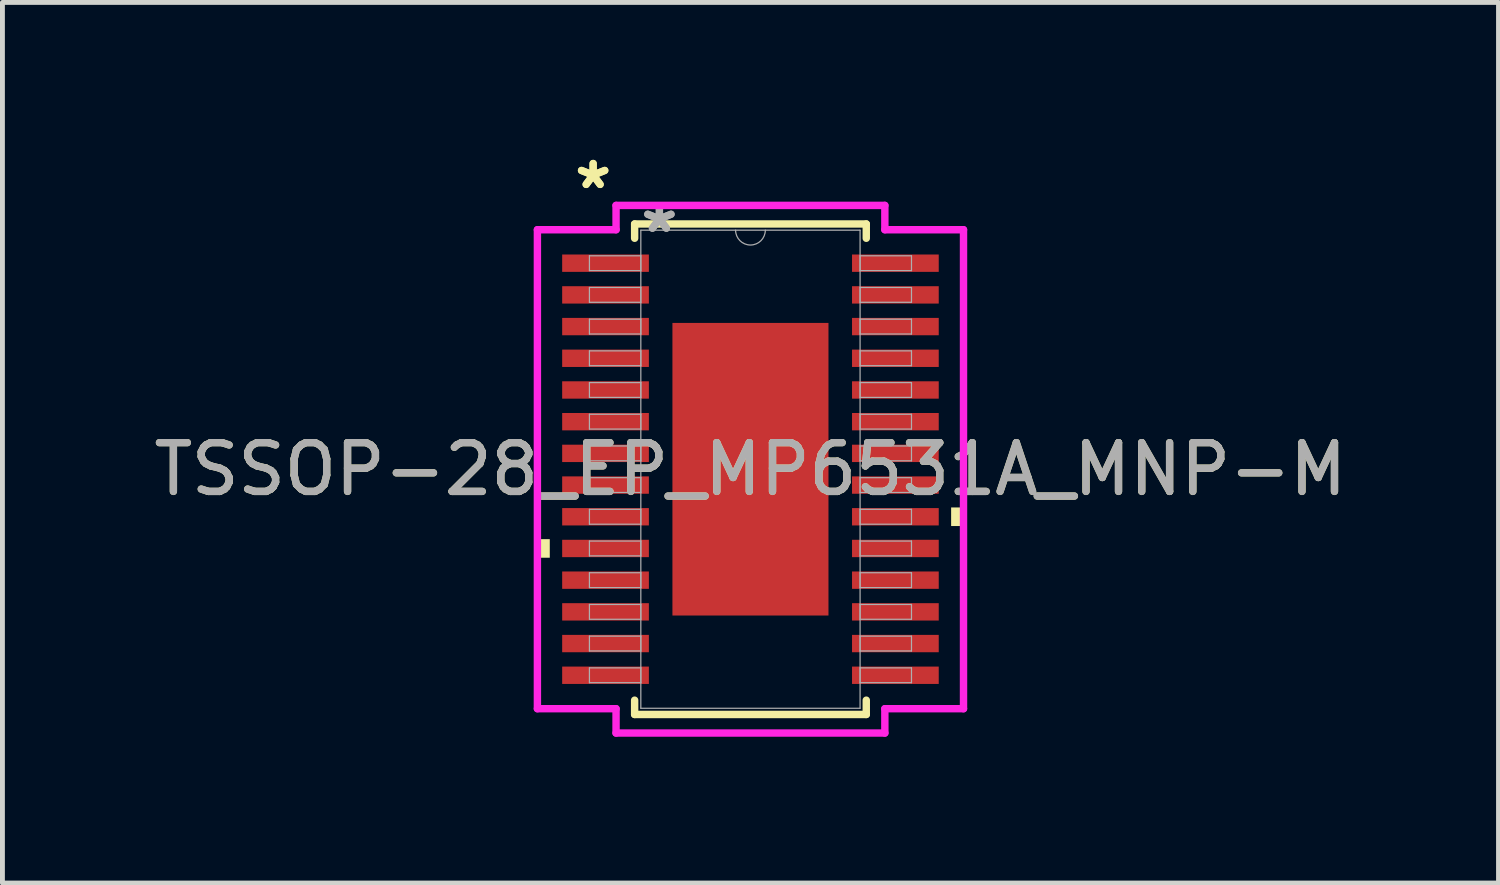
<source format=kicad_pcb>
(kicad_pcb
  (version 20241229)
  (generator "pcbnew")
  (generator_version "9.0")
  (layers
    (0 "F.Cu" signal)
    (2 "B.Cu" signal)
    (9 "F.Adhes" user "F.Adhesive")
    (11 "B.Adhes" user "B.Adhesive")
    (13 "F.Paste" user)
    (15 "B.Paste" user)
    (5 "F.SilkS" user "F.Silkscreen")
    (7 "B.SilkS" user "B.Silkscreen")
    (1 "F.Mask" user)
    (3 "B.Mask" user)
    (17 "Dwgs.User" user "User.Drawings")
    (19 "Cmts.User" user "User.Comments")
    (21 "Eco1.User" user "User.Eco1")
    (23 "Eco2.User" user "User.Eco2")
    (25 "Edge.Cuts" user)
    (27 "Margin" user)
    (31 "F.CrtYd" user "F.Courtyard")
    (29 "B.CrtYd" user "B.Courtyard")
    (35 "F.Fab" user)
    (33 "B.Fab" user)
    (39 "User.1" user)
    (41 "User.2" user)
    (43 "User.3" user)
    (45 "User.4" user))
  (footprint "TSSOP-28_EP_MP6531A_MNP-M"
    (layer "F.Cu")
    (at 12.339 6.572)
    (property "Reference" "TSSOP-28_EP_MP6531A_MNP-M" (at 0 0 0) (unlocked yes) (layer "F.SilkS") (effects (font (size 1 1) (thickness 0.15))))
    (attr smd)
    (fp_line (start -2.375 -5.029) (end -2.375 -4.736) (stroke (width 0.152) (type solid)) (layer "F.SilkS"))
    (fp_line (start -2.375 4.736) (end -2.375 5.029) (stroke (width 0.152) (type solid)) (layer "F.SilkS"))
    (fp_line (start -2.375 5.029) (end 2.375 5.029) (stroke (width 0.152) (type solid)) (layer "F.SilkS"))
    (fp_line (start 2.375 -5.029) (end -2.375 -5.029) (stroke (width 0.152) (type solid)) (layer "F.SilkS"))
    (fp_line (start 2.375 -4.736) (end 2.375 -5.029) (stroke (width 0.152) (type solid)) (layer "F.SilkS"))
    (fp_line (start 2.375 5.029) (end 2.375 4.736) (stroke (width 0.152) (type solid)) (layer "F.SilkS"))
    (fp_poly (pts (xy -4.369 1.434) (xy -4.369 1.815) (xy -4.115 1.815) (xy -4.115 1.434)) (stroke (width 0) (type solid)) (fill yes) (layer "F.SilkS"))
    (fp_poly (pts (xy 4.369 0.784) (xy 4.369 1.165) (xy 4.115 1.165) (xy 4.115 0.784)) (stroke (width 0) (type solid)) (fill yes) (layer "F.SilkS"))
    (fp_poly (pts (xy -1.5 -2.9) (xy -1.5 -1.6) (xy -0.1 -1.6) (xy -0.1 -2.9)) (stroke (width 0) (type solid)) (fill yes) (layer "F.Paste"))
    (fp_poly (pts (xy -1.5 -1.4) (xy -1.5 -0.1) (xy -0.1 -0.1) (xy -0.1 -1.4)) (stroke (width 0) (type solid)) (fill yes) (layer "F.Paste"))
    (fp_poly (pts (xy -1.5 0.1) (xy -1.5 1.4) (xy -0.1 1.4) (xy -0.1 0.1)) (stroke (width 0) (type solid)) (fill yes) (layer "F.Paste"))
    (fp_poly (pts (xy -1.5 1.6) (xy -1.5 2.9) (xy -0.1 2.9) (xy -0.1 1.6)) (stroke (width 0) (type solid)) (fill yes) (layer "F.Paste"))
    (fp_poly (pts (xy 0.1 -2.9) (xy 0.1 -1.6) (xy 1.5 -1.6) (xy 1.5 -2.9)) (stroke (width 0) (type solid)) (fill yes) (layer "F.Paste"))
    (fp_poly (pts (xy 0.1 -1.4) (xy 0.1 -0.1) (xy 1.5 -0.1) (xy 1.5 -1.4)) (stroke (width 0) (type solid)) (fill yes) (layer "F.Paste"))
    (fp_poly (pts (xy 0.1 0.1) (xy 0.1 1.4) (xy 1.5 1.4) (xy 1.5 0.1)) (stroke (width 0) (type solid)) (fill yes) (layer "F.Paste"))
    (fp_poly (pts (xy 0.1 1.6) (xy 0.1 2.9) (xy 1.5 2.9) (xy 1.5 1.6)) (stroke (width 0) (type solid)) (fill yes) (layer "F.Paste"))
    (fp_line (start -4.369 -4.911) (end -2.756 -4.911) (stroke (width 0.152) (type solid)) (layer "F.CrtYd"))
    (fp_line (start -4.369 4.911) (end -4.369 -4.911) (stroke (width 0.152) (type solid)) (layer "F.CrtYd"))
    (fp_line (start -4.369 4.911) (end -2.756 4.911) (stroke (width 0.152) (type solid)) (layer "F.CrtYd"))
    (fp_line (start -2.756 -5.41) (end 2.756 -5.41) (stroke (width 0.152) (type solid)) (layer "F.CrtYd"))
    (fp_line (start -2.756 -4.911) (end -2.756 -5.41) (stroke (width 0.152) (type solid)) (layer "F.CrtYd"))
    (fp_line (start -2.756 5.41) (end -2.756 4.911) (stroke (width 0.152) (type solid)) (layer "F.CrtYd"))
    (fp_line (start 2.756 -5.41) (end 2.756 -4.911) (stroke (width 0.152) (type solid)) (layer "F.CrtYd"))
    (fp_line (start 2.756 4.911) (end 2.756 5.41) (stroke (width 0.152) (type solid)) (layer "F.CrtYd"))
    (fp_line (start 2.756 5.41) (end -2.756 5.41) (stroke (width 0.152) (type solid)) (layer "F.CrtYd"))
    (fp_line (start 4.369 -4.911) (end 2.756 -4.911) (stroke (width 0.152) (type solid)) (layer "F.CrtYd"))
    (fp_line (start 4.369 -4.911) (end 4.369 4.911) (stroke (width 0.152) (type solid)) (layer "F.CrtYd"))
    (fp_line (start 4.369 4.911) (end 2.756 4.911) (stroke (width 0.152) (type solid)) (layer "F.CrtYd"))
    (fp_line (start -3.302 -4.377) (end -3.302 -4.073) (stroke (width 0.025) (type solid)) (layer "F.Fab"))
    (fp_line (start -3.302 -4.073) (end -2.248 -4.073) (stroke (width 0.025) (type solid)) (layer "F.Fab"))
    (fp_line (start -3.302 -3.727) (end -3.302 -3.423) (stroke (width 0.025) (type solid)) (layer "F.Fab"))
    (fp_line (start -3.302 -3.423) (end -2.248 -3.423) (stroke (width 0.025) (type solid)) (layer "F.Fab"))
    (fp_line (start -3.302 -3.077) (end -3.302 -2.773) (stroke (width 0.025) (type solid)) (layer "F.Fab"))
    (fp_line (start -3.302 -2.773) (end -2.248 -2.773) (stroke (width 0.025) (type solid)) (layer "F.Fab"))
    (fp_line (start -3.302 -2.427) (end -3.302 -2.123) (stroke (width 0.025) (type solid)) (layer "F.Fab"))
    (fp_line (start -3.302 -2.123) (end -2.248 -2.123) (stroke (width 0.025) (type solid)) (layer "F.Fab"))
    (fp_line (start -3.302 -1.777) (end -3.302 -1.473) (stroke (width 0.025) (type solid)) (layer "F.Fab"))
    (fp_line (start -3.302 -1.473) (end -2.248 -1.473) (stroke (width 0.025) (type solid)) (layer "F.Fab"))
    (fp_line (start -3.302 -1.127) (end -3.302 -0.823) (stroke (width 0.025) (type solid)) (layer "F.Fab"))
    (fp_line (start -3.302 -0.823) (end -2.248 -0.823) (stroke (width 0.025) (type solid)) (layer "F.Fab"))
    (fp_line (start -3.302 -0.477) (end -3.302 -0.173) (stroke (width 0.025) (type solid)) (layer "F.Fab"))
    (fp_line (start -3.302 -0.173) (end -2.248 -0.173) (stroke (width 0.025) (type solid)) (layer "F.Fab"))
    (fp_line (start -3.302 0.173) (end -3.302 0.477) (stroke (width 0.025) (type solid)) (layer "F.Fab"))
    (fp_line (start -3.302 0.477) (end -2.248 0.477) (stroke (width 0.025) (type solid)) (layer "F.Fab"))
    (fp_line (start -3.302 0.823) (end -3.302 1.127) (stroke (width 0.025) (type solid)) (layer "F.Fab"))
    (fp_line (start -3.302 1.127) (end -2.248 1.127) (stroke (width 0.025) (type solid)) (layer "F.Fab"))
    (fp_line (start -3.302 1.473) (end -3.302 1.777) (stroke (width 0.025) (type solid)) (layer "F.Fab"))
    (fp_line (start -3.302 1.777) (end -2.248 1.777) (stroke (width 0.025) (type solid)) (layer "F.Fab"))
    (fp_line (start -3.302 2.123) (end -3.302 2.427) (stroke (width 0.025) (type solid)) (layer "F.Fab"))
    (fp_line (start -3.302 2.427) (end -2.248 2.427) (stroke (width 0.025) (type solid)) (layer "F.Fab"))
    (fp_line (start -3.302 2.773) (end -3.302 3.077) (stroke (width 0.025) (type solid)) (layer "F.Fab"))
    (fp_line (start -3.302 3.077) (end -2.248 3.077) (stroke (width 0.025) (type solid)) (layer "F.Fab"))
    (fp_line (start -3.302 3.423) (end -3.302 3.727) (stroke (width 0.025) (type solid)) (layer "F.Fab"))
    (fp_line (start -3.302 3.727) (end -2.248 3.727) (stroke (width 0.025) (type solid)) (layer "F.Fab"))
    (fp_line (start -3.302 4.073) (end -3.302 4.377) (stroke (width 0.025) (type solid)) (layer "F.Fab"))
    (fp_line (start -3.302 4.377) (end -2.248 4.377) (stroke (width 0.025) (type solid)) (layer "F.Fab"))
    (fp_line (start -2.248 -4.902) (end -2.248 4.902) (stroke (width 0.025) (type solid)) (layer "F.Fab"))
    (fp_line (start -2.248 -4.377) (end -3.302 -4.377) (stroke (width 0.025) (type solid)) (layer "F.Fab"))
    (fp_line (start -2.248 -4.073) (end -2.248 -4.377) (stroke (width 0.025) (type solid)) (layer "F.Fab"))
    (fp_line (start -2.248 -3.727) (end -3.302 -3.727) (stroke (width 0.025) (type solid)) (layer "F.Fab"))
    (fp_line (start -2.248 -3.423) (end -2.248 -3.727) (stroke (width 0.025) (type solid)) (layer "F.Fab"))
    (fp_line (start -2.248 -3.077) (end -3.302 -3.077) (stroke (width 0.025) (type solid)) (layer "F.Fab"))
    (fp_line (start -2.248 -2.773) (end -2.248 -3.077) (stroke (width 0.025) (type solid)) (layer "F.Fab"))
    (fp_line (start -2.248 -2.427) (end -3.302 -2.427) (stroke (width 0.025) (type solid)) (layer "F.Fab"))
    (fp_line (start -2.248 -2.123) (end -2.248 -2.427) (stroke (width 0.025) (type solid)) (layer "F.Fab"))
    (fp_line (start -2.248 -1.777) (end -3.302 -1.777) (stroke (width 0.025) (type solid)) (layer "F.Fab"))
    (fp_line (start -2.248 -1.473) (end -2.248 -1.777) (stroke (width 0.025) (type solid)) (layer "F.Fab"))
    (fp_line (start -2.248 -1.127) (end -3.302 -1.127) (stroke (width 0.025) (type solid)) (layer "F.Fab"))
    (fp_line (start -2.248 -0.823) (end -2.248 -1.127) (stroke (width 0.025) (type solid)) (layer "F.Fab"))
    (fp_line (start -2.248 -0.477) (end -3.302 -0.477) (stroke (width 0.025) (type solid)) (layer "F.Fab"))
    (fp_line (start -2.248 -0.173) (end -2.248 -0.477) (stroke (width 0.025) (type solid)) (layer "F.Fab"))
    (fp_line (start -2.248 0.173) (end -3.302 0.173) (stroke (width 0.025) (type solid)) (layer "F.Fab"))
    (fp_line (start -2.248 0.477) (end -2.248 0.173) (stroke (width 0.025) (type solid)) (layer "F.Fab"))
    (fp_line (start -2.248 0.823) (end -3.302 0.823) (stroke (width 0.025) (type solid)) (layer "F.Fab"))
    (fp_line (start -2.248 1.127) (end -2.248 0.823) (stroke (width 0.025) (type solid)) (layer "F.Fab"))
    (fp_line (start -2.248 1.473) (end -3.302 1.473) (stroke (width 0.025) (type solid)) (layer "F.Fab"))
    (fp_line (start -2.248 1.777) (end -2.248 1.473) (stroke (width 0.025) (type solid)) (layer "F.Fab"))
    (fp_line (start -2.248 2.123) (end -3.302 2.123) (stroke (width 0.025) (type solid)) (layer "F.Fab"))
    (fp_line (start -2.248 2.427) (end -2.248 2.123) (stroke (width 0.025) (type solid)) (layer "F.Fab"))
    (fp_line (start -2.248 2.773) (end -3.302 2.773) (stroke (width 0.025) (type solid)) (layer "F.Fab"))
    (fp_line (start -2.248 3.077) (end -2.248 2.773) (stroke (width 0.025) (type solid)) (layer "F.Fab"))
    (fp_line (start -2.248 3.423) (end -3.302 3.423) (stroke (width 0.025) (type solid)) (layer "F.Fab"))
    (fp_line (start -2.248 3.727) (end -2.248 3.423) (stroke (width 0.025) (type solid)) (layer "F.Fab"))
    (fp_line (start -2.248 4.073) (end -3.302 4.073) (stroke (width 0.025) (type solid)) (layer "F.Fab"))
    (fp_line (start -2.248 4.377) (end -2.248 4.073) (stroke (width 0.025) (type solid)) (layer "F.Fab"))
    (fp_line (start -2.248 4.902) (end 2.248 4.902) (stroke (width 0.025) (type solid)) (layer "F.Fab"))
    (fp_line (start 2.248 -4.902) (end -2.248 -4.902) (stroke (width 0.025) (type solid)) (layer "F.Fab"))
    (fp_line (start 2.248 -4.377) (end 2.248 -4.073) (stroke (width 0.025) (type solid)) (layer "F.Fab"))
    (fp_line (start 2.248 -4.073) (end 3.302 -4.073) (stroke (width 0.025) (type solid)) (layer "F.Fab"))
    (fp_line (start 2.248 -3.727) (end 2.248 -3.423) (stroke (width 0.025) (type solid)) (layer "F.Fab"))
    (fp_line (start 2.248 -3.423) (end 3.302 -3.423) (stroke (width 0.025) (type solid)) (layer "F.Fab"))
    (fp_line (start 2.248 -3.077) (end 2.248 -2.773) (stroke (width 0.025) (type solid)) (layer "F.Fab"))
    (fp_line (start 2.248 -2.773) (end 3.302 -2.773) (stroke (width 0.025) (type solid)) (layer "F.Fab"))
    (fp_line (start 2.248 -2.427) (end 2.248 -2.123) (stroke (width 0.025) (type solid)) (layer "F.Fab"))
    (fp_line (start 2.248 -2.123) (end 3.302 -2.123) (stroke (width 0.025) (type solid)) (layer "F.Fab"))
    (fp_line (start 2.248 -1.777) (end 2.248 -1.473) (stroke (width 0.025) (type solid)) (layer "F.Fab"))
    (fp_line (start 2.248 -1.473) (end 3.302 -1.473) (stroke (width 0.025) (type solid)) (layer "F.Fab"))
    (fp_line (start 2.248 -1.127) (end 2.248 -0.823) (stroke (width 0.025) (type solid)) (layer "F.Fab"))
    (fp_line (start 2.248 -0.823) (end 3.302 -0.823) (stroke (width 0.025) (type solid)) (layer "F.Fab"))
    (fp_line (start 2.248 -0.477) (end 2.248 -0.173) (stroke (width 0.025) (type solid)) (layer "F.Fab"))
    (fp_line (start 2.248 -0.173) (end 3.302 -0.173) (stroke (width 0.025) (type solid)) (layer "F.Fab"))
    (fp_line (start 2.248 0.173) (end 2.248 0.477) (stroke (width 0.025) (type solid)) (layer "F.Fab"))
    (fp_line (start 2.248 0.477) (end 3.302 0.477) (stroke (width 0.025) (type solid)) (layer "F.Fab"))
    (fp_line (start 2.248 0.823) (end 2.248 1.127) (stroke (width 0.025) (type solid)) (layer "F.Fab"))
    (fp_line (start 2.248 1.127) (end 3.302 1.127) (stroke (width 0.025) (type solid)) (layer "F.Fab"))
    (fp_line (start 2.248 1.473) (end 2.248 1.777) (stroke (width 0.025) (type solid)) (layer "F.Fab"))
    (fp_line (start 2.248 1.777) (end 3.302 1.777) (stroke (width 0.025) (type solid)) (layer "F.Fab"))
    (fp_line (start 2.248 2.123) (end 2.248 2.427) (stroke (width 0.025) (type solid)) (layer "F.Fab"))
    (fp_line (start 2.248 2.427) (end 3.302 2.427) (stroke (width 0.025) (type solid)) (layer "F.Fab"))
    (fp_line (start 2.248 2.773) (end 2.248 3.077) (stroke (width 0.025) (type solid)) (layer "F.Fab"))
    (fp_line (start 2.248 3.077) (end 3.302 3.077) (stroke (width 0.025) (type solid)) (layer "F.Fab"))
    (fp_line (start 2.248 3.423) (end 2.248 3.727) (stroke (width 0.025) (type solid)) (layer "F.Fab"))
    (fp_line (start 2.248 3.727) (end 3.302 3.727) (stroke (width 0.025) (type solid)) (layer "F.Fab"))
    (fp_line (start 2.248 4.073) (end 2.248 4.377) (stroke (width 0.025) (type solid)) (layer "F.Fab"))
    (fp_line (start 2.248 4.377) (end 3.302 4.377) (stroke (width 0.025) (type solid)) (layer "F.Fab"))
    (fp_line (start 2.248 4.902) (end 2.248 -4.902) (stroke (width 0.025) (type solid)) (layer "F.Fab"))
    (fp_line (start 3.302 -4.377) (end 2.248 -4.377) (stroke (width 0.025) (type solid)) (layer "F.Fab"))
    (fp_line (start 3.302 -4.073) (end 3.302 -4.377) (stroke (width 0.025) (type solid)) (layer "F.Fab"))
    (fp_line (start 3.302 -3.727) (end 2.248 -3.727) (stroke (width 0.025) (type solid)) (layer "F.Fab"))
    (fp_line (start 3.302 -3.423) (end 3.302 -3.727) (stroke (width 0.025) (type solid)) (layer "F.Fab"))
    (fp_line (start 3.302 -3.077) (end 2.248 -3.077) (stroke (width 0.025) (type solid)) (layer "F.Fab"))
    (fp_line (start 3.302 -2.773) (end 3.302 -3.077) (stroke (width 0.025) (type solid)) (layer "F.Fab"))
    (fp_line (start 3.302 -2.427) (end 2.248 -2.427) (stroke (width 0.025) (type solid)) (layer "F.Fab"))
    (fp_line (start 3.302 -2.123) (end 3.302 -2.427) (stroke (width 0.025) (type solid)) (layer "F.Fab"))
    (fp_line (start 3.302 -1.777) (end 2.248 -1.777) (stroke (width 0.025) (type solid)) (layer "F.Fab"))
    (fp_line (start 3.302 -1.473) (end 3.302 -1.777) (stroke (width 0.025) (type solid)) (layer "F.Fab"))
    (fp_line (start 3.302 -1.127) (end 2.248 -1.127) (stroke (width 0.025) (type solid)) (layer "F.Fab"))
    (fp_line (start 3.302 -0.823) (end 3.302 -1.127) (stroke (width 0.025) (type solid)) (layer "F.Fab"))
    (fp_line (start 3.302 -0.477) (end 2.248 -0.477) (stroke (width 0.025) (type solid)) (layer "F.Fab"))
    (fp_line (start 3.302 -0.173) (end 3.302 -0.477) (stroke (width 0.025) (type solid)) (layer "F.Fab"))
    (fp_line (start 3.302 0.173) (end 2.248 0.173) (stroke (width 0.025) (type solid)) (layer "F.Fab"))
    (fp_line (start 3.302 0.477) (end 3.302 0.173) (stroke (width 0.025) (type solid)) (layer "F.Fab"))
    (fp_line (start 3.302 0.823) (end 2.248 0.823) (stroke (width 0.025) (type solid)) (layer "F.Fab"))
    (fp_line (start 3.302 1.127) (end 3.302 0.823) (stroke (width 0.025) (type solid)) (layer "F.Fab"))
    (fp_line (start 3.302 1.473) (end 2.248 1.473) (stroke (width 0.025) (type solid)) (layer "F.Fab"))
    (fp_line (start 3.302 1.777) (end 3.302 1.473) (stroke (width 0.025) (type solid)) (layer "F.Fab"))
    (fp_line (start 3.302 2.123) (end 2.248 2.123) (stroke (width 0.025) (type solid)) (layer "F.Fab"))
    (fp_line (start 3.302 2.427) (end 3.302 2.123) (stroke (width 0.025) (type solid)) (layer "F.Fab"))
    (fp_line (start 3.302 2.773) (end 2.248 2.773) (stroke (width 0.025) (type solid)) (layer "F.Fab"))
    (fp_line (start 3.302 3.077) (end 3.302 2.773) (stroke (width 0.025) (type solid)) (layer "F.Fab"))
    (fp_line (start 3.302 3.423) (end 2.248 3.423) (stroke (width 0.025) (type solid)) (layer "F.Fab"))
    (fp_line (start 3.302 3.727) (end 3.302 3.423) (stroke (width 0.025) (type solid)) (layer "F.Fab"))
    (fp_line (start 3.302 4.073) (end 2.248 4.073) (stroke (width 0.025) (type solid)) (layer "F.Fab"))
    (fp_line (start 3.302 4.377) (end 3.302 4.073) (stroke (width 0.025) (type solid)) (layer "F.Fab"))
    (fp_arc (start 0.3048 -4.9022) (mid 0 -4.5974) (end -0.3048 -4.9022) (stroke (width 0.0254) (type solid)) (layer "F.Fab"))
    (fp_text user "*" (at -3.226 -5.724 0) (layer "F.SilkS") (effects (font (size 1 1) (thickness 0.15))))
    (fp_text user "*" (at -3.226 -5.724 0) (unlocked yes) (layer "F.SilkS") (effects (font (size 1 1) (thickness 0.15))))
    (fp_text user "${REFERENCE}" (at 0 0 0) (unlocked yes) (layer "F.Fab") (effects (font (size 1 1) (thickness 0.15))))
    (fp_text user "*" (at -1.867 -4.826 0) (unlocked yes) (layer "F.Fab") (effects (font (size 1 1) (thickness 0.15))))
    (fp_text user "*" (at -1.867 -4.826 0) (layer "F.Fab") (effects (font (size 1 1) (thickness 0.15))))
    (pad "1" smd rect (at -2.972 -4.225) (size 1.778 0.356) (layers "F.Cu" "F.Mask" "F.Paste"))
    (pad "2" smd rect (at -2.972 -3.575) (size 1.778 0.356) (layers "F.Cu" "F.Mask" "F.Paste"))
    (pad "3" smd rect (at -2.972 -2.925) (size 1.778 0.356) (layers "F.Cu" "F.Mask" "F.Paste"))
    (pad "4" smd rect (at -2.972 -2.275) (size 1.778 0.356) (layers "F.Cu" "F.Mask" "F.Paste"))
    (pad "5" smd rect (at -2.972 -1.625) (size 1.778 0.356) (layers "F.Cu" "F.Mask" "F.Paste"))
    (pad "6" smd rect (at -2.972 -0.975) (size 1.778 0.356) (layers "F.Cu" "F.Mask" "F.Paste"))
    (pad "7" smd rect (at -2.972 -0.325) (size 1.778 0.356) (layers "F.Cu" "F.Mask" "F.Paste"))
    (pad "8" smd rect (at -2.972 0.325) (size 1.778 0.356) (layers "F.Cu" "F.Mask" "F.Paste"))
    (pad "9" smd rect (at -2.972 0.975) (size 1.778 0.356) (layers "F.Cu" "F.Mask" "F.Paste"))
    (pad "10" smd rect (at -2.972 1.625) (size 1.778 0.356) (layers "F.Cu" "F.Mask" "F.Paste"))
    (pad "11" smd rect (at -2.972 2.275) (size 1.778 0.356) (layers "F.Cu" "F.Mask" "F.Paste"))
    (pad "12" smd rect (at -2.972 2.925) (size 1.778 0.356) (layers "F.Cu" "F.Mask" "F.Paste"))
    (pad "13" smd rect (at -2.972 3.575) (size 1.778 0.356) (layers "F.Cu" "F.Mask" "F.Paste"))
    (pad "14" smd rect (at -2.972 4.225) (size 1.778 0.356) (layers "F.Cu" "F.Mask" "F.Paste"))
    (pad "15" smd rect (at 2.972 4.225) (size 1.778 0.356) (layers "F.Cu" "F.Mask" "F.Paste"))
    (pad "16" smd rect (at 2.972 3.575) (size 1.778 0.356) (layers "F.Cu" "F.Mask" "F.Paste"))
    (pad "17" smd rect (at 2.972 2.925) (size 1.778 0.356) (layers "F.Cu" "F.Mask" "F.Paste"))
    (pad "18" smd rect (at 2.972 2.275) (size 1.778 0.356) (layers "F.Cu" "F.Mask" "F.Paste"))
    (pad "19" smd rect (at 2.972 1.625) (size 1.778 0.356) (layers "F.Cu" "F.Mask" "F.Paste"))
    (pad "20" smd rect (at 2.972 0.975) (size 1.778 0.356) (layers "F.Cu" "F.Mask" "F.Paste"))
    (pad "21" smd rect (at 2.972 0.325) (size 1.778 0.356) (layers "F.Cu" "F.Mask" "F.Paste"))
    (pad "22" smd rect (at 2.972 -0.325) (size 1.778 0.356) (layers "F.Cu" "F.Mask" "F.Paste"))
    (pad "23" smd rect (at 2.972 -0.975) (size 1.778 0.356) (layers "F.Cu" "F.Mask" "F.Paste"))
    (pad "24" smd rect (at 2.972 -1.625) (size 1.778 0.356) (layers "F.Cu" "F.Mask" "F.Paste"))
    (pad "25" smd rect (at 2.972 -2.275) (size 1.778 0.356) (layers "F.Cu" "F.Mask" "F.Paste"))
    (pad "26" smd rect (at 2.972 -2.925) (size 1.778 0.356) (layers "F.Cu" "F.Mask" "F.Paste"))
    (pad "27" smd rect (at 2.972 -3.575) (size 1.778 0.356) (layers "F.Cu" "F.Mask" "F.Paste"))
    (pad "28" smd rect (at 2.972 -4.225) (size 1.778 0.356) (layers "F.Cu" "F.Mask" "F.Paste"))
    (pad "29" smd rect (at 0 0) (size 3.2 6) (layers "F.Cu" "F.Mask")))
  (gr_rect
    (start -3 -3)
    (end 27.679 15.058)
    (stroke (width 0.1) (type default))
    (fill no)
    (layer "Edge.Cuts")))
</source>
